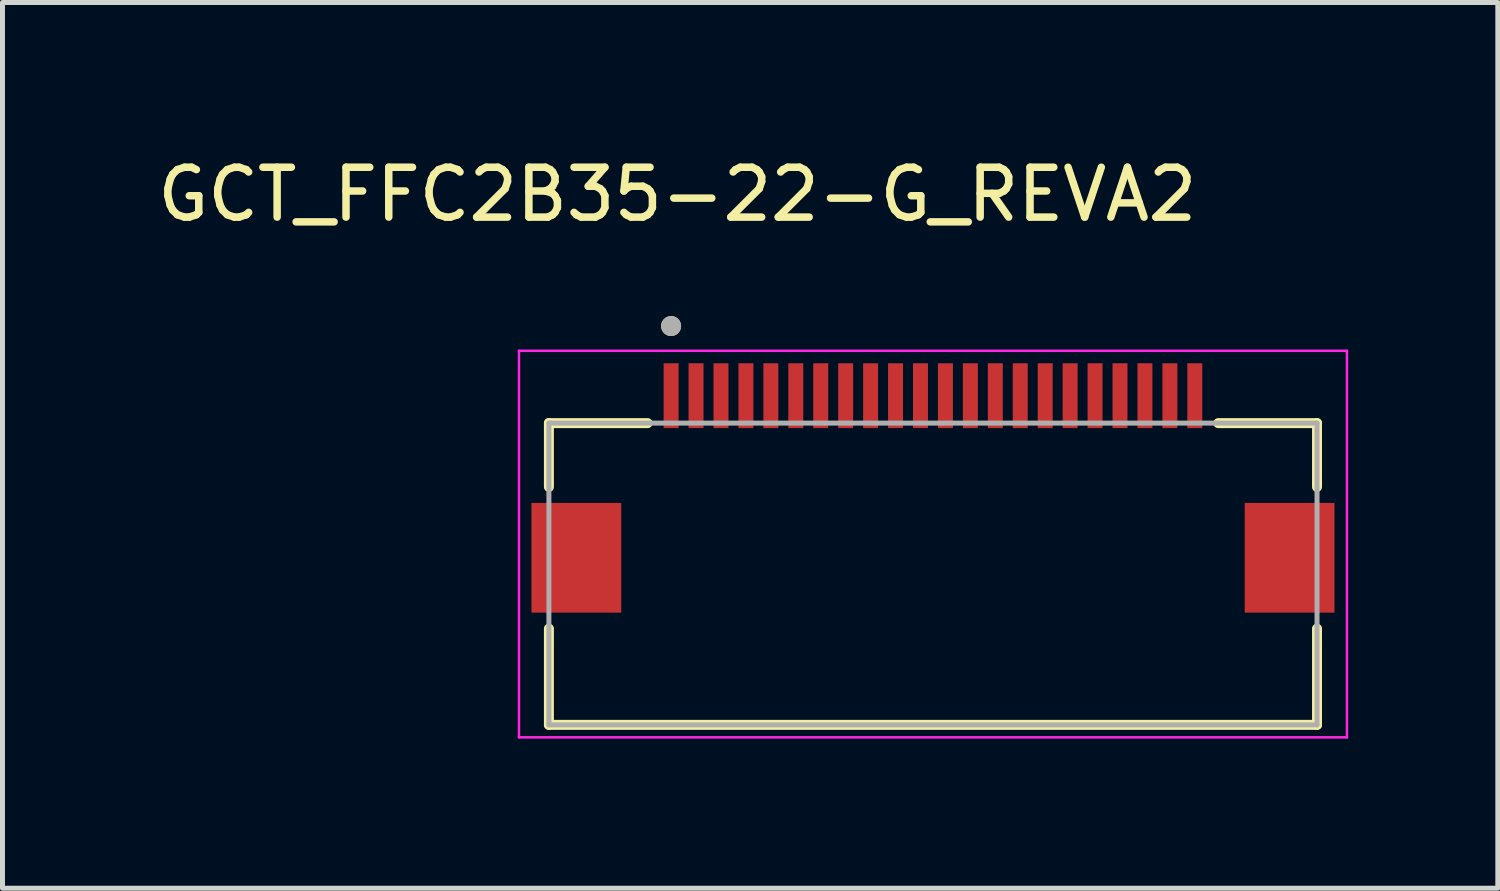
<source format=kicad_pcb>
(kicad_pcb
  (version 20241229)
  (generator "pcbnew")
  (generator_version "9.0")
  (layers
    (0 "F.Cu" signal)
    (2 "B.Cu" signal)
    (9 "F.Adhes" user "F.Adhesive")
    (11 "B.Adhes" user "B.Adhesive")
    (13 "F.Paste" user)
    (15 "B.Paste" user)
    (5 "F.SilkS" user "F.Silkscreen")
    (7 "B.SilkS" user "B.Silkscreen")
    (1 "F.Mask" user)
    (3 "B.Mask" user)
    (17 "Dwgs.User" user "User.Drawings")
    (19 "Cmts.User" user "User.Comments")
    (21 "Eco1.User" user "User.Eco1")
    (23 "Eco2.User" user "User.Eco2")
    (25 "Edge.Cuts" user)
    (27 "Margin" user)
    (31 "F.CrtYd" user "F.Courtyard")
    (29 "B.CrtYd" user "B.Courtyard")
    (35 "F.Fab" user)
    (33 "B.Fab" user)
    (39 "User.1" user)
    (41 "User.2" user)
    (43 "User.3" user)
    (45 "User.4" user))
  (footprint "GCT_FFC2B35-22-G_REVA2"
    (layer "F.Cu")
    (at 15.655 8.133)
    (property "Reference" "GCT_FFC2B35-22-G_REVA2" (at -5.125 -7.285 0) (layer "F.SilkS") (effects (font (size 1 1) (thickness 0.15))))
    (attr smd)
    (fp_line (start -7.7 -2.7) (end -5.72 -2.7) (stroke (width 0.2) (type solid)) (layer "F.SilkS"))
    (fp_line (start -7.7 -1.42) (end -7.7 -2.7) (stroke (width 0.2) (type solid)) (layer "F.SilkS"))
    (fp_line (start -7.7 3.35) (end -7.7 1.42) (stroke (width 0.2) (type solid)) (layer "F.SilkS"))
    (fp_line (start 5.72 -2.7) (end 7.7 -2.7) (stroke (width 0.2) (type solid)) (layer "F.SilkS"))
    (fp_line (start 7.7 -2.7) (end 7.7 -1.42) (stroke (width 0.2) (type solid)) (layer "F.SilkS"))
    (fp_line (start 7.7 3.35) (end -7.7 3.35) (stroke (width 0.2) (type solid)) (layer "F.SilkS"))
    (fp_line (start 7.7 3.35) (end 7.7 1.42) (stroke (width 0.2) (type solid)) (layer "F.SilkS"))
    (fp_circle (center -5.25 -4.646) (end -5.15 -4.646) (stroke (width 0.2) (type solid)) (fill no) (layer "F.SilkS"))
    (fp_line (start -8.3 -4.15) (end -8.3 3.6) (stroke (width 0.05) (type solid)) (layer "F.CrtYd"))
    (fp_line (start -8.3 3.6) (end 8.3 3.6) (stroke (width 0.05) (type solid)) (layer "F.CrtYd"))
    (fp_line (start 8.3 -4.15) (end -8.3 -4.15) (stroke (width 0.05) (type solid)) (layer "F.CrtYd"))
    (fp_line (start 8.3 3.6) (end 8.3 -4.15) (stroke (width 0.05) (type solid)) (layer "F.CrtYd"))
    (fp_line (start -7.7 -2.7) (end 7.7 -2.7) (stroke (width 0.1) (type solid)) (layer "F.Fab"))
    (fp_line (start -7.7 3.35) (end -7.7 -2.7) (stroke (width 0.1) (type solid)) (layer "F.Fab"))
    (fp_line (start 7.7 -2.7) (end 7.7 3.35) (stroke (width 0.1) (type solid)) (layer "F.Fab"))
    (fp_line (start 7.7 3.35) (end -7.7 3.35) (stroke (width 0.1) (type solid)) (layer "F.Fab"))
    (fp_circle (center -5.25 -4.646) (end -5.15 -4.646) (stroke (width 0.2) (type solid)) (fill no) (layer "F.Fab"))
    (pad "1" smd rect (at -5.25 -3.25) (size 0.3 1.3) (layers "F.Cu" "F.Mask" "F.Paste"))
    (pad "2" smd rect (at -4.75 -3.25) (size 0.3 1.3) (layers "F.Cu" "F.Mask" "F.Paste"))
    (pad "3" smd rect (at -4.25 -3.25) (size 0.3 1.3) (layers "F.Cu" "F.Mask" "F.Paste"))
    (pad "4" smd rect (at -3.75 -3.25) (size 0.3 1.3) (layers "F.Cu" "F.Mask" "F.Paste"))
    (pad "5" smd rect (at -3.25 -3.25) (size 0.3 1.3) (layers "F.Cu" "F.Mask" "F.Paste"))
    (pad "6" smd rect (at -2.75 -3.25) (size 0.3 1.3) (layers "F.Cu" "F.Mask" "F.Paste"))
    (pad "7" smd rect (at -2.25 -3.25) (size 0.3 1.3) (layers "F.Cu" "F.Mask" "F.Paste"))
    (pad "8" smd rect (at -1.75 -3.25) (size 0.3 1.3) (layers "F.Cu" "F.Mask" "F.Paste"))
    (pad "9" smd rect (at -1.25 -3.25) (size 0.3 1.3) (layers "F.Cu" "F.Mask" "F.Paste"))
    (pad "10" smd rect (at -0.75 -3.25) (size 0.3 1.3) (layers "F.Cu" "F.Mask" "F.Paste"))
    (pad "11" smd rect (at -0.25 -3.25) (size 0.3 1.3) (layers "F.Cu" "F.Mask" "F.Paste"))
    (pad "12" smd rect (at 0.25 -3.25) (size 0.3 1.3) (layers "F.Cu" "F.Mask" "F.Paste"))
    (pad "13" smd rect (at 0.75 -3.25) (size 0.3 1.3) (layers "F.Cu" "F.Mask" "F.Paste"))
    (pad "14" smd rect (at 1.25 -3.25) (size 0.3 1.3) (layers "F.Cu" "F.Mask" "F.Paste"))
    (pad "15" smd rect (at 1.75 -3.25) (size 0.3 1.3) (layers "F.Cu" "F.Mask" "F.Paste"))
    (pad "16" smd rect (at 2.25 -3.25) (size 0.3 1.3) (layers "F.Cu" "F.Mask" "F.Paste"))
    (pad "17" smd rect (at 2.75 -3.25) (size 0.3 1.3) (layers "F.Cu" "F.Mask" "F.Paste"))
    (pad "18" smd rect (at 3.25 -3.25) (size 0.3 1.3) (layers "F.Cu" "F.Mask" "F.Paste"))
    (pad "19" smd rect (at 3.75 -3.25) (size 0.3 1.3) (layers "F.Cu" "F.Mask" "F.Paste"))
    (pad "20" smd rect (at 4.25 -3.25) (size 0.3 1.3) (layers "F.Cu" "F.Mask" "F.Paste"))
    (pad "21" smd rect (at 4.75 -3.25) (size 0.3 1.3) (layers "F.Cu" "F.Mask" "F.Paste"))
    (pad "22" smd rect (at 5.25 -3.25) (size 0.3 1.3) (layers "F.Cu" "F.Mask" "F.Paste"))
    (pad "S1" smd rect (at -7.15 0) (size 1.8 2.2) (layers "F.Cu" "F.Mask" "F.Paste"))
    (pad "S2" smd rect (at 7.15 0) (size 1.8 2.2) (layers "F.Cu" "F.Mask" "F.Paste")))
  (gr_rect
    (start -3 -3)
    (end 26.98 14.758)
    (stroke (width 0.1) (type default))
    (fill no)
    (layer "Edge.Cuts")))
</source>
